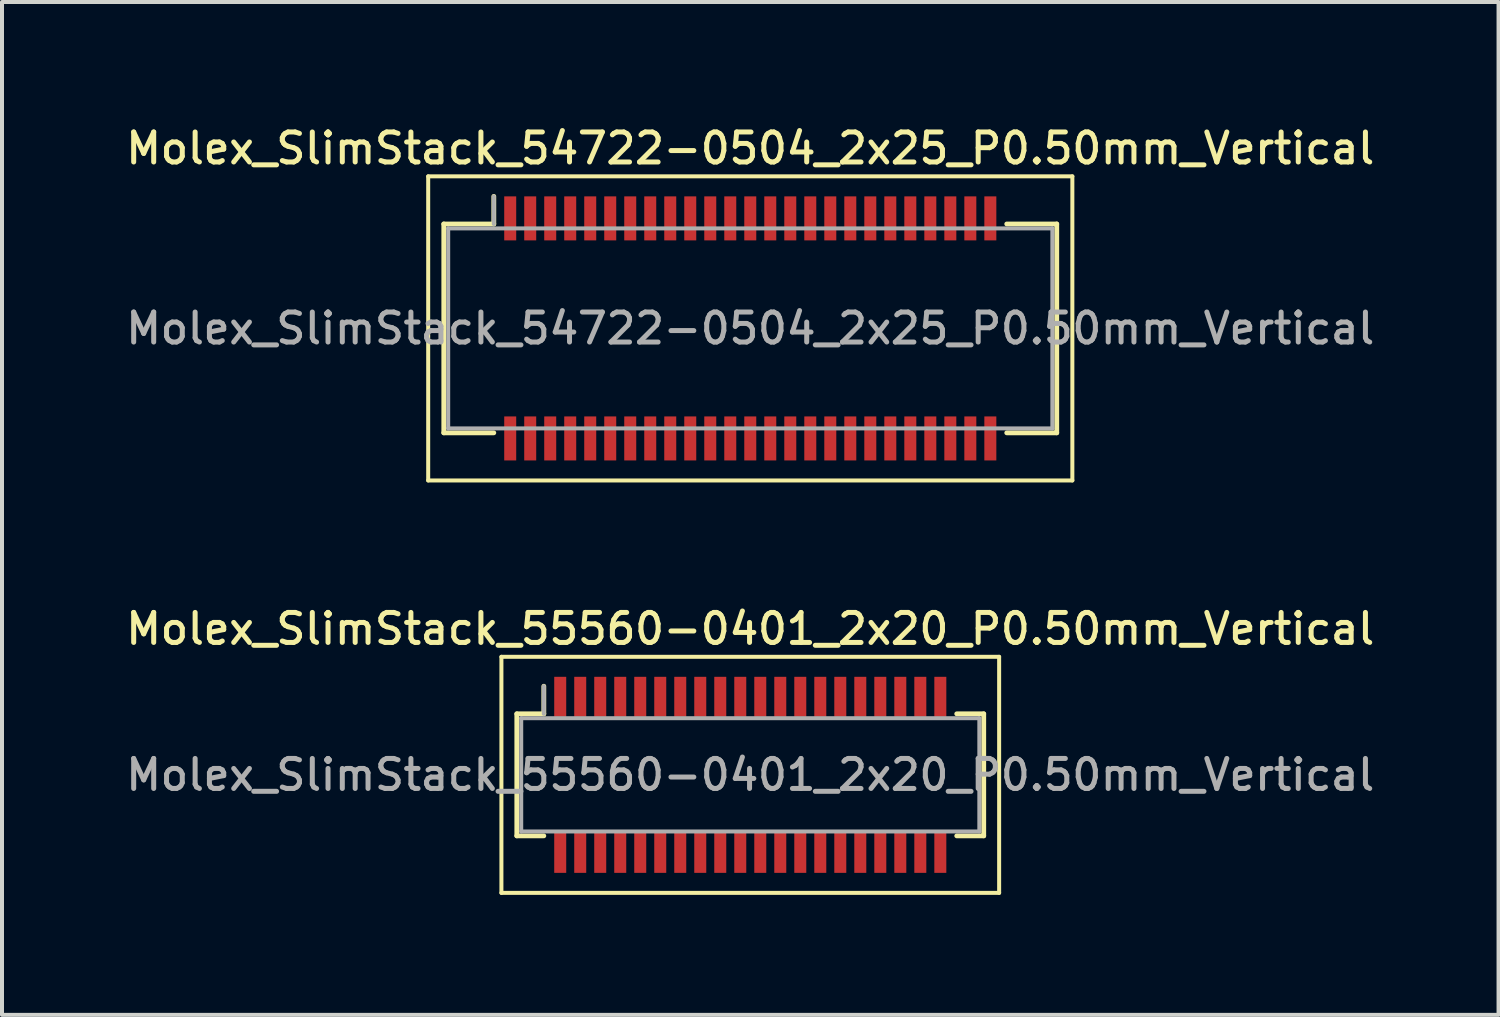
<source format=kicad_pcb>
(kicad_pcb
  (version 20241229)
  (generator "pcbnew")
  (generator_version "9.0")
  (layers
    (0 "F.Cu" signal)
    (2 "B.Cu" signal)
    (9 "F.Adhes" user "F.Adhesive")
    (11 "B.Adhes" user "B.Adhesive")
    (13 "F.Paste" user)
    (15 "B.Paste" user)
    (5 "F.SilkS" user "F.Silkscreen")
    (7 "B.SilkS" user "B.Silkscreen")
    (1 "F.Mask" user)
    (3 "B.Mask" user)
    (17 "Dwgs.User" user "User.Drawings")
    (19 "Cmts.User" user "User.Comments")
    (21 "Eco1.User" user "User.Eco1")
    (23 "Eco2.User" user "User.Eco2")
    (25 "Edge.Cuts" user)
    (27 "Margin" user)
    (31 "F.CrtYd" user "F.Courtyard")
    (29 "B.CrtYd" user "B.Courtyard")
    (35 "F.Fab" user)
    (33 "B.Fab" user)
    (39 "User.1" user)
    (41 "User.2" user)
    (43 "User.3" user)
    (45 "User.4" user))
  (footprint "Molex_SlimStack_55560-0401_2x20_P0.50mm_Vertical"
    (layer "F.Cu")
    (at 15.702 16.316)
    (property "Reference" "Molex_SlimStack_55560-0401_2x20_P0.50mm_Vertical" (at 0 -3.65 0) (layer "F.SilkS") (effects (font (size 0.75 0.75) (thickness 0.125))))
    (attr smd)
    (fp_line (start -6.22 -2.95) (end -6.22 2.95) (stroke (width 0.1) (type solid)) (layer "F.SilkS"))
    (fp_line (start -6.22 2.95) (end 6.22 2.95) (stroke (width 0.1) (type solid)) (layer "F.SilkS"))
    (fp_line (start -5.835 -1.525) (end -5.16 -1.525) (stroke (width 0.12) (type solid)) (layer "F.SilkS"))
    (fp_line (start -5.835 1.525) (end -5.835 -1.525) (stroke (width 0.12) (type solid)) (layer "F.SilkS"))
    (fp_line (start -5.16 -1.525) (end -5.16 -2.215) (stroke (width 0.12) (type solid)) (layer "F.SilkS"))
    (fp_line (start -5.16 1.525) (end -5.835 1.525) (stroke (width 0.12) (type solid)) (layer "F.SilkS"))
    (fp_line (start 5.16 1.525) (end 5.835 1.525) (stroke (width 0.12) (type solid)) (layer "F.SilkS"))
    (fp_line (start 5.835 -1.525) (end 5.16 -1.525) (stroke (width 0.12) (type solid)) (layer "F.SilkS"))
    (fp_line (start 5.835 1.525) (end 5.835 -1.525) (stroke (width 0.12) (type solid)) (layer "F.SilkS"))
    (fp_line (start 6.22 -2.95) (end -6.22 -2.95) (stroke (width 0.1) (type solid)) (layer "F.SilkS"))
    (fp_line (start 6.22 2.95) (end 6.22 -2.95) (stroke (width 0.1) (type solid)) (layer "F.SilkS"))
    (fp_line (start -5.725 -1.415) (end -5.725 1.415) (stroke (width 0.1) (type solid)) (layer "F.Fab"))
    (fp_line (start -5.725 1.415) (end 5.725 1.415) (stroke (width 0.1) (type solid)) (layer "F.Fab"))
    (fp_line (start -5.16 -1.525) (end -5.16 -2.215) (stroke (width 0.1) (type solid)) (layer "F.Fab"))
    (fp_line (start 5.725 -1.415) (end -5.725 -1.415) (stroke (width 0.1) (type solid)) (layer "F.Fab"))
    (fp_line (start 5.725 1.415) (end 5.725 -1.415) (stroke (width 0.1) (type solid)) (layer "F.Fab"))
    (fp_text user "${REFERENCE}" (at 0 0 0) (layer "F.Fab") (effects (font (size 0.75 0.75) (thickness 0.125))))
    (pad "1" smd rect (at -4.75 -1.95) (size 0.3 1) (layers "F.Cu" "F.Mask" "F.Paste"))
    (pad "2" smd rect (at -4.75 1.95) (size 0.3 1) (layers "F.Cu" "F.Mask" "F.Paste"))
    (pad "3" smd rect (at -4.25 -1.95) (size 0.3 1) (layers "F.Cu" "F.Mask" "F.Paste"))
    (pad "4" smd rect (at -4.25 1.95) (size 0.3 1) (layers "F.Cu" "F.Mask" "F.Paste"))
    (pad "5" smd rect (at -3.75 -1.95) (size 0.3 1) (layers "F.Cu" "F.Mask" "F.Paste"))
    (pad "6" smd rect (at -3.75 1.95) (size 0.3 1) (layers "F.Cu" "F.Mask" "F.Paste"))
    (pad "7" smd rect (at -3.25 -1.95) (size 0.3 1) (layers "F.Cu" "F.Mask" "F.Paste"))
    (pad "8" smd rect (at -3.25 1.95) (size 0.3 1) (layers "F.Cu" "F.Mask" "F.Paste"))
    (pad "9" smd rect (at -2.75 -1.95) (size 0.3 1) (layers "F.Cu" "F.Mask" "F.Paste"))
    (pad "10" smd rect (at -2.75 1.95) (size 0.3 1) (layers "F.Cu" "F.Mask" "F.Paste"))
    (pad "11" smd rect (at -2.25 -1.95) (size 0.3 1) (layers "F.Cu" "F.Mask" "F.Paste"))
    (pad "12" smd rect (at -2.25 1.95) (size 0.3 1) (layers "F.Cu" "F.Mask" "F.Paste"))
    (pad "13" smd rect (at -1.75 -1.95) (size 0.3 1) (layers "F.Cu" "F.Mask" "F.Paste"))
    (pad "14" smd rect (at -1.75 1.95) (size 0.3 1) (layers "F.Cu" "F.Mask" "F.Paste"))
    (pad "15" smd rect (at -1.25 -1.95) (size 0.3 1) (layers "F.Cu" "F.Mask" "F.Paste"))
    (pad "16" smd rect (at -1.25 1.95) (size 0.3 1) (layers "F.Cu" "F.Mask" "F.Paste"))
    (pad "17" smd rect (at -0.75 -1.95) (size 0.3 1) (layers "F.Cu" "F.Mask" "F.Paste"))
    (pad "18" smd rect (at -0.75 1.95) (size 0.3 1) (layers "F.Cu" "F.Mask" "F.Paste"))
    (pad "19" smd rect (at -0.25 -1.95) (size 0.3 1) (layers "F.Cu" "F.Mask" "F.Paste"))
    (pad "20" smd rect (at -0.25 1.95) (size 0.3 1) (layers "F.Cu" "F.Mask" "F.Paste"))
    (pad "21" smd rect (at 0.25 -1.95) (size 0.3 1) (layers "F.Cu" "F.Mask" "F.Paste"))
    (pad "22" smd rect (at 0.25 1.95) (size 0.3 1) (layers "F.Cu" "F.Mask" "F.Paste"))
    (pad "23" smd rect (at 0.75 -1.95) (size 0.3 1) (layers "F.Cu" "F.Mask" "F.Paste"))
    (pad "24" smd rect (at 0.75 1.95) (size 0.3 1) (layers "F.Cu" "F.Mask" "F.Paste"))
    (pad "25" smd rect (at 1.25 -1.95) (size 0.3 1) (layers "F.Cu" "F.Mask" "F.Paste"))
    (pad "26" smd rect (at 1.25 1.95) (size 0.3 1) (layers "F.Cu" "F.Mask" "F.Paste"))
    (pad "27" smd rect (at 1.75 -1.95) (size 0.3 1) (layers "F.Cu" "F.Mask" "F.Paste"))
    (pad "28" smd rect (at 1.75 1.95) (size 0.3 1) (layers "F.Cu" "F.Mask" "F.Paste"))
    (pad "29" smd rect (at 2.25 -1.95) (size 0.3 1) (layers "F.Cu" "F.Mask" "F.Paste"))
    (pad "30" smd rect (at 2.25 1.95) (size 0.3 1) (layers "F.Cu" "F.Mask" "F.Paste"))
    (pad "31" smd rect (at 2.75 -1.95) (size 0.3 1) (layers "F.Cu" "F.Mask" "F.Paste"))
    (pad "32" smd rect (at 2.75 1.95) (size 0.3 1) (layers "F.Cu" "F.Mask" "F.Paste"))
    (pad "33" smd rect (at 3.25 -1.95) (size 0.3 1) (layers "F.Cu" "F.Mask" "F.Paste"))
    (pad "34" smd rect (at 3.25 1.95) (size 0.3 1) (layers "F.Cu" "F.Mask" "F.Paste"))
    (pad "35" smd rect (at 3.75 -1.95) (size 0.3 1) (layers "F.Cu" "F.Mask" "F.Paste"))
    (pad "36" smd rect (at 3.75 1.95) (size 0.3 1) (layers "F.Cu" "F.Mask" "F.Paste"))
    (pad "37" smd rect (at 4.25 -1.95) (size 0.3 1) (layers "F.Cu" "F.Mask" "F.Paste"))
    (pad "38" smd rect (at 4.25 1.95) (size 0.3 1) (layers "F.Cu" "F.Mask" "F.Paste"))
    (pad "39" smd rect (at 4.75 -1.95) (size 0.3 1) (layers "F.Cu" "F.Mask" "F.Paste"))
    (pad "40" smd rect (at 4.75 1.95) (size 0.3 1) (layers "F.Cu" "F.Mask" "F.Paste")))
  (footprint "Molex_SlimStack_54722-0504_2x25_P0.50mm_Vertical"
    (layer "F.Cu")
    (at 15.702 5.158)
    (property "Reference" "Molex_SlimStack_54722-0504_2x25_P0.50mm_Vertical" (at 0 -4.5 0) (layer "F.SilkS") (effects (font (size 0.75 0.75) (thickness 0.125))))
    (attr smd)
    (fp_line (start -8.05 -3.8) (end -8.05 3.8) (stroke (width 0.1) (type solid)) (layer "F.SilkS"))
    (fp_line (start -8.05 3.8) (end 8.05 3.8) (stroke (width 0.1) (type solid)) (layer "F.SilkS"))
    (fp_line (start -7.66 -2.61) (end -6.41 -2.61) (stroke (width 0.12) (type solid)) (layer "F.SilkS"))
    (fp_line (start -7.66 2.61) (end -7.66 -2.61) (stroke (width 0.12) (type solid)) (layer "F.SilkS"))
    (fp_line (start -6.41 -2.61) (end -6.41 -3.3) (stroke (width 0.12) (type solid)) (layer "F.SilkS"))
    (fp_line (start -6.41 2.61) (end -7.66 2.61) (stroke (width 0.12) (type solid)) (layer "F.SilkS"))
    (fp_line (start 6.41 2.61) (end 7.66 2.61) (stroke (width 0.12) (type solid)) (layer "F.SilkS"))
    (fp_line (start 7.66 -2.61) (end 6.41 -2.61) (stroke (width 0.12) (type solid)) (layer "F.SilkS"))
    (fp_line (start 7.66 2.61) (end 7.66 -2.61) (stroke (width 0.12) (type solid)) (layer "F.SilkS"))
    (fp_line (start 8.05 -3.8) (end -8.05 -3.8) (stroke (width 0.1) (type solid)) (layer "F.SilkS"))
    (fp_line (start 8.05 3.8) (end 8.05 -3.8) (stroke (width 0.1) (type solid)) (layer "F.SilkS"))
    (fp_line (start -7.55 -2.5) (end -7.55 2.5) (stroke (width 0.1) (type solid)) (layer "F.Fab"))
    (fp_line (start -7.55 2.5) (end 7.55 2.5) (stroke (width 0.1) (type solid)) (layer "F.Fab"))
    (fp_line (start -6.41 -2.61) (end -6.41 -3.3) (stroke (width 0.1) (type solid)) (layer "F.Fab"))
    (fp_line (start 7.55 -2.5) (end -7.55 -2.5) (stroke (width 0.1) (type solid)) (layer "F.Fab"))
    (fp_line (start 7.55 2.5) (end 7.55 -2.5) (stroke (width 0.1) (type solid)) (layer "F.Fab"))
    (fp_text user "${REFERENCE}" (at 0 0 0) (layer "F.Fab") (effects (font (size 0.75 0.75) (thickness 0.125))))
    (pad "1" smd rect (at -6 -2.75) (size 0.3 1.1) (layers "F.Cu" "F.Mask" "F.Paste"))
    (pad "2" smd rect (at -6 2.75) (size 0.3 1.1) (layers "F.Cu" "F.Mask" "F.Paste"))
    (pad "3" smd rect (at -5.5 -2.75) (size 0.3 1.1) (layers "F.Cu" "F.Mask" "F.Paste"))
    (pad "4" smd rect (at -5.5 2.75) (size 0.3 1.1) (layers "F.Cu" "F.Mask" "F.Paste"))
    (pad "5" smd rect (at -5 -2.75) (size 0.3 1.1) (layers "F.Cu" "F.Mask" "F.Paste"))
    (pad "6" smd rect (at -5 2.75) (size 0.3 1.1) (layers "F.Cu" "F.Mask" "F.Paste"))
    (pad "7" smd rect (at -4.5 -2.75) (size 0.3 1.1) (layers "F.Cu" "F.Mask" "F.Paste"))
    (pad "8" smd rect (at -4.5 2.75) (size 0.3 1.1) (layers "F.Cu" "F.Mask" "F.Paste"))
    (pad "9" smd rect (at -4 -2.75) (size 0.3 1.1) (layers "F.Cu" "F.Mask" "F.Paste"))
    (pad "10" smd rect (at -4 2.75) (size 0.3 1.1) (layers "F.Cu" "F.Mask" "F.Paste"))
    (pad "11" smd rect (at -3.5 -2.75) (size 0.3 1.1) (layers "F.Cu" "F.Mask" "F.Paste"))
    (pad "12" smd rect (at -3.5 2.75) (size 0.3 1.1) (layers "F.Cu" "F.Mask" "F.Paste"))
    (pad "13" smd rect (at -3 -2.75) (size 0.3 1.1) (layers "F.Cu" "F.Mask" "F.Paste"))
    (pad "14" smd rect (at -3 2.75) (size 0.3 1.1) (layers "F.Cu" "F.Mask" "F.Paste"))
    (pad "15" smd rect (at -2.5 -2.75) (size 0.3 1.1) (layers "F.Cu" "F.Mask" "F.Paste"))
    (pad "16" smd rect (at -2.5 2.75) (size 0.3 1.1) (layers "F.Cu" "F.Mask" "F.Paste"))
    (pad "17" smd rect (at -2 -2.75) (size 0.3 1.1) (layers "F.Cu" "F.Mask" "F.Paste"))
    (pad "18" smd rect (at -2 2.75) (size 0.3 1.1) (layers "F.Cu" "F.Mask" "F.Paste"))
    (pad "19" smd rect (at -1.5 -2.75) (size 0.3 1.1) (layers "F.Cu" "F.Mask" "F.Paste"))
    (pad "20" smd rect (at -1.5 2.75) (size 0.3 1.1) (layers "F.Cu" "F.Mask" "F.Paste"))
    (pad "21" smd rect (at -1 -2.75) (size 0.3 1.1) (layers "F.Cu" "F.Mask" "F.Paste"))
    (pad "22" smd rect (at -1 2.75) (size 0.3 1.1) (layers "F.Cu" "F.Mask" "F.Paste"))
    (pad "23" smd rect (at -0.5 -2.75) (size 0.3 1.1) (layers "F.Cu" "F.Mask" "F.Paste"))
    (pad "24" smd rect (at -0.5 2.75) (size 0.3 1.1) (layers "F.Cu" "F.Mask" "F.Paste"))
    (pad "25" smd rect (at 0 -2.75) (size 0.3 1.1) (layers "F.Cu" "F.Mask" "F.Paste"))
    (pad "26" smd rect (at 0 2.75) (size 0.3 1.1) (layers "F.Cu" "F.Mask" "F.Paste"))
    (pad "27" smd rect (at 0.5 -2.75) (size 0.3 1.1) (layers "F.Cu" "F.Mask" "F.Paste"))
    (pad "28" smd rect (at 0.5 2.75) (size 0.3 1.1) (layers "F.Cu" "F.Mask" "F.Paste"))
    (pad "29" smd rect (at 1 -2.75) (size 0.3 1.1) (layers "F.Cu" "F.Mask" "F.Paste"))
    (pad "30" smd rect (at 1 2.75) (size 0.3 1.1) (layers "F.Cu" "F.Mask" "F.Paste"))
    (pad "31" smd rect (at 1.5 -2.75) (size 0.3 1.1) (layers "F.Cu" "F.Mask" "F.Paste"))
    (pad "32" smd rect (at 1.5 2.75) (size 0.3 1.1) (layers "F.Cu" "F.Mask" "F.Paste"))
    (pad "33" smd rect (at 2 -2.75) (size 0.3 1.1) (layers "F.Cu" "F.Mask" "F.Paste"))
    (pad "34" smd rect (at 2 2.75) (size 0.3 1.1) (layers "F.Cu" "F.Mask" "F.Paste"))
    (pad "35" smd rect (at 2.5 -2.75) (size 0.3 1.1) (layers "F.Cu" "F.Mask" "F.Paste"))
    (pad "36" smd rect (at 2.5 2.75) (size 0.3 1.1) (layers "F.Cu" "F.Mask" "F.Paste"))
    (pad "37" smd rect (at 3 -2.75) (size 0.3 1.1) (layers "F.Cu" "F.Mask" "F.Paste"))
    (pad "38" smd rect (at 3 2.75) (size 0.3 1.1) (layers "F.Cu" "F.Mask" "F.Paste"))
    (pad "39" smd rect (at 3.5 -2.75) (size 0.3 1.1) (layers "F.Cu" "F.Mask" "F.Paste"))
    (pad "40" smd rect (at 3.5 2.75) (size 0.3 1.1) (layers "F.Cu" "F.Mask" "F.Paste"))
    (pad "41" smd rect (at 4 -2.75) (size 0.3 1.1) (layers "F.Cu" "F.Mask" "F.Paste"))
    (pad "42" smd rect (at 4 2.75) (size 0.3 1.1) (layers "F.Cu" "F.Mask" "F.Paste"))
    (pad "43" smd rect (at 4.5 -2.75) (size 0.3 1.1) (layers "F.Cu" "F.Mask" "F.Paste"))
    (pad "44" smd rect (at 4.5 2.75) (size 0.3 1.1) (layers "F.Cu" "F.Mask" "F.Paste"))
    (pad "45" smd rect (at 5 -2.75) (size 0.3 1.1) (layers "F.Cu" "F.Mask" "F.Paste"))
    (pad "46" smd rect (at 5 2.75) (size 0.3 1.1) (layers "F.Cu" "F.Mask" "F.Paste"))
    (pad "47" smd rect (at 5.5 -2.75) (size 0.3 1.1) (layers "F.Cu" "F.Mask" "F.Paste"))
    (pad "48" smd rect (at 5.5 2.75) (size 0.3 1.1) (layers "F.Cu" "F.Mask" "F.Paste"))
    (pad "49" smd rect (at 6 -2.75) (size 0.3 1.1) (layers "F.Cu" "F.Mask" "F.Paste"))
    (pad "50" smd rect (at 6 2.75) (size 0.3 1.1) (layers "F.Cu" "F.Mask" "F.Paste")))
  (gr_rect
    (start -3 -3)
    (end 34.404 22.316)
    (stroke (width 0.1) (type default))
    (fill no)
    (layer "Edge.Cuts")))
</source>
